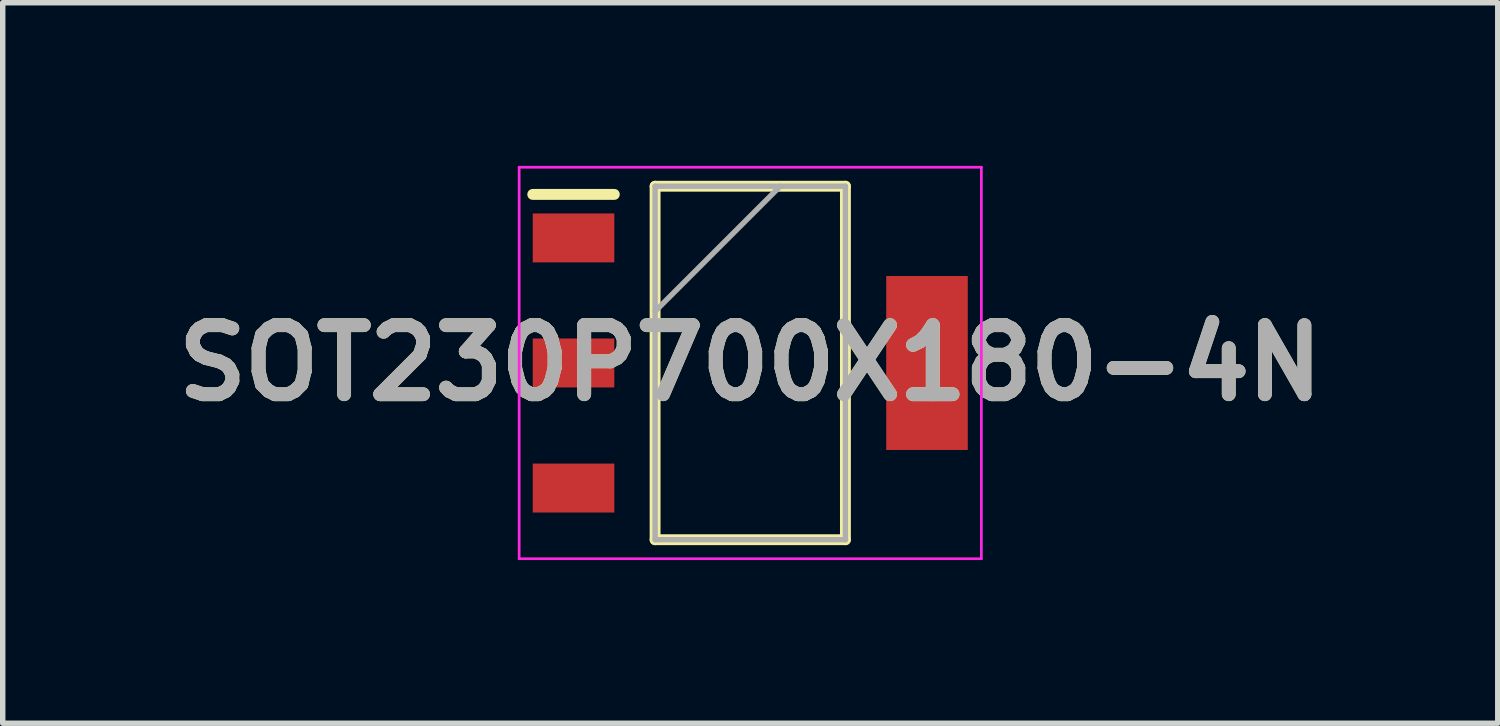
<source format=kicad_pcb>
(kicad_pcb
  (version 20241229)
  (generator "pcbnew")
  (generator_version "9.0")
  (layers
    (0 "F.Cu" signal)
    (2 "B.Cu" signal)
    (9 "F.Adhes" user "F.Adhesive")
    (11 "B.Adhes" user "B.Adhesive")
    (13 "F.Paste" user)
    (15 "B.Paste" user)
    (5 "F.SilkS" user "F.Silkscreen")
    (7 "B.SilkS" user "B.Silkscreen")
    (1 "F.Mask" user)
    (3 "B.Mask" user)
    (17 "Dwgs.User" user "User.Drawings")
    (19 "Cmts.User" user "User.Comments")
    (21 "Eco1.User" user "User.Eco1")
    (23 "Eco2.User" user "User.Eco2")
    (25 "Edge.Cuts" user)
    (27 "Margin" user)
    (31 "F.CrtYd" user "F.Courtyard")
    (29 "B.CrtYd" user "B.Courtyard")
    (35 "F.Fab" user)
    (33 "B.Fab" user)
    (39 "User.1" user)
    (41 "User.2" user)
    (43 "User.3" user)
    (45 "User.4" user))
  (footprint "SOT230P700X180-4N"
    (layer "F.Cu")
    (at 10.747 3.625)
    (property "Reference" "SOT230P700X180-4N" (at 0 0 0) (layer "F.SilkS") (effects (font (size 1.27 1.27) (thickness 0.254))))
    (attr smd)
    (fp_line (start -4 -3.1) (end -2.5 -3.1) (stroke (width 0.2) (type solid)) (layer "F.SilkS"))
    (fp_line (start -1.75 -3.25) (end 1.75 -3.25) (stroke (width 0.2) (type solid)) (layer "F.SilkS"))
    (fp_line (start -1.75 3.25) (end -1.75 -3.25) (stroke (width 0.2) (type solid)) (layer "F.SilkS"))
    (fp_line (start 1.75 -3.25) (end 1.75 3.25) (stroke (width 0.2) (type solid)) (layer "F.SilkS"))
    (fp_line (start 1.75 3.25) (end -1.75 3.25) (stroke (width 0.2) (type solid)) (layer "F.SilkS"))
    (fp_line (start -4.25 -3.6) (end 4.25 -3.6) (stroke (width 0.05) (type solid)) (layer "F.CrtYd"))
    (fp_line (start -4.25 3.6) (end -4.25 -3.6) (stroke (width 0.05) (type solid)) (layer "F.CrtYd"))
    (fp_line (start 4.25 -3.6) (end 4.25 3.6) (stroke (width 0.05) (type solid)) (layer "F.CrtYd"))
    (fp_line (start 4.25 3.6) (end -4.25 3.6) (stroke (width 0.05) (type solid)) (layer "F.CrtYd"))
    (fp_line (start -1.75 -3.25) (end 1.75 -3.25) (stroke (width 0.1) (type solid)) (layer "F.Fab"))
    (fp_line (start -1.75 -0.95) (end 0.55 -3.25) (stroke (width 0.1) (type solid)) (layer "F.Fab"))
    (fp_line (start -1.75 3.25) (end -1.75 -3.25) (stroke (width 0.1) (type solid)) (layer "F.Fab"))
    (fp_line (start 1.75 -3.25) (end 1.75 3.25) (stroke (width 0.1) (type solid)) (layer "F.Fab"))
    (fp_line (start 1.75 3.25) (end -1.75 3.25) (stroke (width 0.1) (type solid)) (layer "F.Fab"))
    (fp_text user "${REFERENCE}" (at 0 0 0) (layer "F.Fab") (effects (font (size 1.27 1.27) (thickness 0.254))))
    (pad "1" smd rect (at -3.25 -2.3 90) (size 0.9 1.5) (layers "F.Cu" "F.Mask" "F.Paste"))
    (pad "2" smd rect (at -3.25 0 90) (size 0.9 1.5) (layers "F.Cu" "F.Mask" "F.Paste"))
    (pad "3" smd rect (at -3.25 2.3 90) (size 0.9 1.5) (layers "F.Cu" "F.Mask" "F.Paste"))
    (pad "4" smd rect (at 3.25 0) (size 1.5 3.2) (layers "F.Cu" "F.Mask" "F.Paste")))
  (gr_rect
    (start -3 -3)
    (end 24.493 10.25)
    (stroke (width 0.1) (type default))
    (fill no)
    (layer "Edge.Cuts")))
</source>
